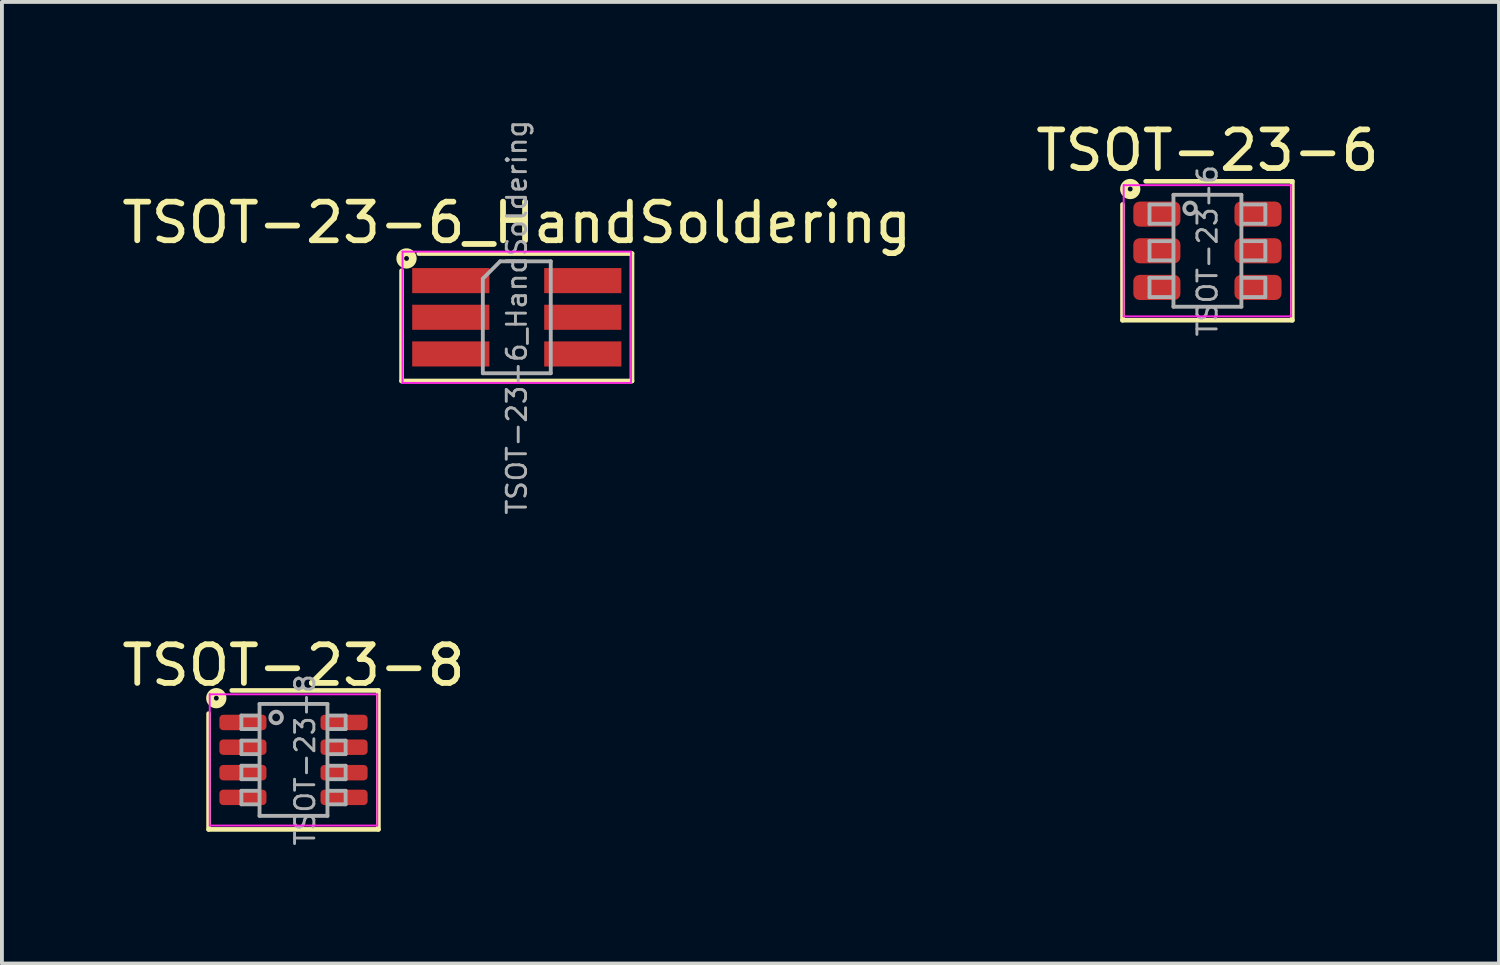
<source format=kicad_pcb>
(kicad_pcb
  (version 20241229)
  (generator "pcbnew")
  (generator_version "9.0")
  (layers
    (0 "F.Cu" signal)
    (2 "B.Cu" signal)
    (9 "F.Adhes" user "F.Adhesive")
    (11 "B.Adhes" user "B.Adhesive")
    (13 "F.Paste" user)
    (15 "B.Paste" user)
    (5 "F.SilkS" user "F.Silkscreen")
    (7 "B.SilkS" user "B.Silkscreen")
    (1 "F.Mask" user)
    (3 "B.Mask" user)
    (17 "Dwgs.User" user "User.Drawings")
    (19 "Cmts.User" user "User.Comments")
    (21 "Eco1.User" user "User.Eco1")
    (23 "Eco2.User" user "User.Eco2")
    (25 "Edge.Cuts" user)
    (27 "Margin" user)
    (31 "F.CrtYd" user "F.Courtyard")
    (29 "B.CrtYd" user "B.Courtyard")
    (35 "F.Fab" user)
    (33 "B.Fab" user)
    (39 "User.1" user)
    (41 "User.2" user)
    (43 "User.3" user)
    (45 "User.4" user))
  (footprint "TSOT-23-6"
    (layer "F.Cu")
    (at 28.232 3.447)
    (property "Reference" "TSOT-23-6" (at 0 -2.599 0) (layer "F.SilkS") (effects (font (size 1 1) (thickness 0.15))))
    (attr smd)
    (fp_line (start -2.2 -1.2) (end -2.2 1.8) (stroke (width 0.12) (type solid)) (layer "F.SilkS"))
    (fp_line (start -2.2 1.8) (end 2.2 1.8) (stroke (width 0.12) (type solid)) (layer "F.SilkS"))
    (fp_line (start 2.2 -1.8) (end -1.6 -1.8) (stroke (width 0.12) (type solid)) (layer "F.SilkS"))
    (fp_line (start 2.2 1.8) (end 2.2 -1.8) (stroke (width 0.12) (type solid)) (layer "F.SilkS"))
    (fp_circle (center -2 -1.6) (end -1.937 -1.6) (stroke (width 0.2) (type solid)) (fill no) (layer "F.SilkS"))
    (fp_line (start -2.17 -1.7) (end -2.17 1.7) (stroke (width 0.05) (type solid)) (layer "F.CrtYd"))
    (fp_line (start -2.17 -1.7) (end 2.17 -1.7) (stroke (width 0.05) (type solid)) (layer "F.CrtYd"))
    (fp_line (start 2.17 1.7) (end -2.17 1.7) (stroke (width 0.05) (type solid)) (layer "F.CrtYd"))
    (fp_line (start 2.17 1.7) (end 2.17 -1.7) (stroke (width 0.05) (type solid)) (layer "F.CrtYd"))
    (fp_line (start -1.5 -1.2) (end -1.5 -0.7) (stroke (width 0.1) (type solid)) (layer "F.Fab"))
    (fp_line (start -1.5 -0.7) (end -0.9 -0.7) (stroke (width 0.1) (type solid)) (layer "F.Fab"))
    (fp_line (start -1.5 -0.25) (end -1.5 0.25) (stroke (width 0.1) (type solid)) (layer "F.Fab"))
    (fp_line (start -1.5 0.25) (end -0.9 0.25) (stroke (width 0.1) (type solid)) (layer "F.Fab"))
    (fp_line (start -1.5 0.7) (end -1.5 1.2) (stroke (width 0.1) (type solid)) (layer "F.Fab"))
    (fp_line (start -1.5 1.2) (end -0.9 1.2) (stroke (width 0.1) (type solid)) (layer "F.Fab"))
    (fp_line (start -0.9 -1.2) (end -1.5 -1.2) (stroke (width 0.1) (type solid)) (layer "F.Fab"))
    (fp_line (start -0.9 -0.25) (end -1.5 -0.25) (stroke (width 0.1) (type solid)) (layer "F.Fab"))
    (fp_line (start -0.9 0.7) (end -1.5 0.7) (stroke (width 0.1) (type solid)) (layer "F.Fab"))
    (fp_line (start -0.88 -1.45) (end -0.88 1.45) (stroke (width 0.1) (type solid)) (layer "F.Fab"))
    (fp_line (start 0.88 -1.45) (end -0.88 -1.45) (stroke (width 0.1) (type solid)) (layer "F.Fab"))
    (fp_line (start 0.88 -1.45) (end 0.88 1.45) (stroke (width 0.1) (type solid)) (layer "F.Fab"))
    (fp_line (start 0.88 1.45) (end -0.88 1.45) (stroke (width 0.1) (type solid)) (layer "F.Fab"))
    (fp_line (start 0.9 -0.7) (end 1.5 -0.7) (stroke (width 0.1) (type solid)) (layer "F.Fab"))
    (fp_line (start 0.9 0.25) (end 1.5 0.25) (stroke (width 0.1) (type solid)) (layer "F.Fab"))
    (fp_line (start 0.9 1.2) (end 1.5 1.2) (stroke (width 0.1) (type solid)) (layer "F.Fab"))
    (fp_line (start 1.5 -1.2) (end 0.9 -1.2) (stroke (width 0.1) (type solid)) (layer "F.Fab"))
    (fp_line (start 1.5 -0.7) (end 1.5 -1.2) (stroke (width 0.1) (type solid)) (layer "F.Fab"))
    (fp_line (start 1.5 -0.25) (end 0.9 -0.25) (stroke (width 0.1) (type solid)) (layer "F.Fab"))
    (fp_line (start 1.5 0.25) (end 1.5 -0.25) (stroke (width 0.1) (type solid)) (layer "F.Fab"))
    (fp_line (start 1.5 0.7) (end 0.9 0.7) (stroke (width 0.1) (type solid)) (layer "F.Fab"))
    (fp_line (start 1.5 1.2) (end 1.5 0.7) (stroke (width 0.1) (type solid)) (layer "F.Fab"))
    (fp_circle (center -0.45 -1.1) (end -0.3 -1.1) (stroke (width 0.1) (type solid)) (fill no) (layer "F.Fab"))
    (fp_text user "${REFERENCE}" (at 0 0 90) (layer "F.Fab") (effects (font (size 0.5 0.5) (thickness 0.075))))
    (pad "1" smd roundrect (at -1.31 -0.95) (size 1.22 0.65) (layers "F.Cu" "F.Mask" "F.Paste") (roundrect_rratio 0.25))
    (pad "2" smd roundrect (at -1.31 0) (size 1.22 0.65) (layers "F.Cu" "F.Mask" "F.Paste") (roundrect_rratio 0.25))
    (pad "3" smd roundrect (at -1.31 0.95) (size 1.22 0.65) (layers "F.Cu" "F.Mask" "F.Paste") (roundrect_rratio 0.25))
    (pad "4" smd roundrect (at 1.31 0.95) (size 1.22 0.65) (layers "F.Cu" "F.Mask" "F.Paste") (roundrect_rratio 0.25))
    (pad "5" smd roundrect (at 1.31 0) (size 1.22 0.65) (layers "F.Cu" "F.Mask" "F.Paste") (roundrect_rratio 0.25))
    (pad "6" smd roundrect (at 1.31 -0.95) (size 1.22 0.65) (layers "F.Cu" "F.Mask" "F.Paste") (roundrect_rratio 0.25)))
  (footprint "TSOT-23-6_HandSoldering"
    (layer "F.Cu")
    (at 10.339 5.17)
    (property "Reference" "TSOT-23-6_HandSoldering" (at 0 -2.45 0) (layer "F.SilkS") (effects (font (size 1 1) (thickness 0.15))))
    (attr smd)
    (fp_line (start -2.985 -1.206) (end -2.985 1.651) (stroke (width 0.12) (type solid)) (layer "F.SilkS"))
    (fp_line (start -2.985 1.651) (end 2.985 1.651) (stroke (width 0.12) (type solid)) (layer "F.SilkS"))
    (fp_line (start 2.985 -1.651) (end -2.54 -1.651) (stroke (width 0.12) (type solid)) (layer "F.SilkS"))
    (fp_line (start 2.985 1.651) (end 2.985 -1.651) (stroke (width 0.12) (type solid)) (layer "F.SilkS"))
    (fp_circle (center -2.857 -1.524) (end -2.794 -1.524) (stroke (width 0.2) (type solid)) (fill no) (layer "F.SilkS"))
    (fp_line (start -2.96 -1.7) (end -2.96 1.7) (stroke (width 0.05) (type solid)) (layer "F.CrtYd"))
    (fp_line (start -2.96 -1.7) (end 2.96 -1.7) (stroke (width 0.05) (type solid)) (layer "F.CrtYd"))
    (fp_line (start 2.96 1.7) (end -2.96 1.7) (stroke (width 0.05) (type solid)) (layer "F.CrtYd"))
    (fp_line (start 2.96 1.7) (end 2.96 -1.7) (stroke (width 0.05) (type solid)) (layer "F.CrtYd"))
    (fp_line (start -0.88 -1) (end -0.88 1.45) (stroke (width 0.1) (type solid)) (layer "F.Fab"))
    (fp_line (start -0.88 -1) (end -0.43 -1.45) (stroke (width 0.1) (type solid)) (layer "F.Fab"))
    (fp_line (start 0.88 -1.45) (end -0.43 -1.45) (stroke (width 0.1) (type solid)) (layer "F.Fab"))
    (fp_line (start 0.88 -1.45) (end 0.88 1.45) (stroke (width 0.1) (type solid)) (layer "F.Fab"))
    (fp_line (start 0.88 1.45) (end -0.88 1.45) (stroke (width 0.1) (type solid)) (layer "F.Fab"))
    (fp_text user "${REFERENCE}" (at 0 0 90) (layer "F.Fab") (effects (font (size 0.5 0.5) (thickness 0.075))))
    (pad "1" smd rect (at -1.71 -0.95) (size 2 0.65) (layers "F.Cu" "F.Mask" "F.Paste"))
    (pad "2" smd rect (at -1.71 0) (size 2 0.65) (layers "F.Cu" "F.Mask" "F.Paste"))
    (pad "3" smd rect (at -1.71 0.95) (size 2 0.65) (layers "F.Cu" "F.Mask" "F.Paste"))
    (pad "4" smd rect (at 1.71 0.95) (size 2 0.65) (layers "F.Cu" "F.Mask" "F.Paste"))
    (pad "5" smd rect (at 1.71 0) (size 2 0.65) (layers "F.Cu" "F.Mask" "F.Paste"))
    (pad "6" smd rect (at 1.71 -0.95) (size 2 0.65) (layers "F.Cu" "F.Mask" "F.Paste")))
  (footprint "TSOT-23-8"
    (layer "F.Cu")
    (at 4.554 16.638)
    (property "Reference" "TSOT-23-8" (at 0 -2.45 0) (layer "F.SilkS") (effects (font (size 1 1) (thickness 0.15))))
    (attr smd)
    (fp_line (start -2.2 -1.2) (end -2.2 1.8) (stroke (width 0.12) (type solid)) (layer "F.SilkS"))
    (fp_line (start -2.2 1.8) (end 2.2 1.8) (stroke (width 0.12) (type solid)) (layer "F.SilkS"))
    (fp_line (start 2.2 -1.8) (end -1.6 -1.8) (stroke (width 0.12) (type solid)) (layer "F.SilkS"))
    (fp_line (start 2.2 1.8) (end 2.2 -1.8) (stroke (width 0.12) (type solid)) (layer "F.SilkS"))
    (fp_circle (center -2 -1.6) (end -1.937 -1.6) (stroke (width 0.2) (type solid)) (fill no) (layer "F.SilkS"))
    (fp_line (start -2.17 -1.7) (end -2.17 1.7) (stroke (width 0.05) (type solid)) (layer "F.CrtYd"))
    (fp_line (start -2.17 -1.7) (end 2.17 -1.7) (stroke (width 0.05) (type solid)) (layer "F.CrtYd"))
    (fp_line (start 2.17 1.7) (end -2.17 1.7) (stroke (width 0.05) (type solid)) (layer "F.CrtYd"))
    (fp_line (start 2.17 1.7) (end 2.17 -1.7) (stroke (width 0.05) (type solid)) (layer "F.CrtYd"))
    (fp_line (start -1.35 -1.15) (end -1.35 -0.8) (stroke (width 0.1) (type solid)) (layer "F.Fab"))
    (fp_line (start -1.35 -0.8) (end -0.9 -0.8) (stroke (width 0.1) (type solid)) (layer "F.Fab"))
    (fp_line (start -1.35 -0.5) (end -1.35 -0.15) (stroke (width 0.1) (type solid)) (layer "F.Fab"))
    (fp_line (start -1.35 -0.15) (end -0.9 -0.15) (stroke (width 0.1) (type solid)) (layer "F.Fab"))
    (fp_line (start -1.35 0.15) (end -1.35 0.5) (stroke (width 0.1) (type solid)) (layer "F.Fab"))
    (fp_line (start -1.35 0.5) (end -0.9 0.5) (stroke (width 0.1) (type solid)) (layer "F.Fab"))
    (fp_line (start -1.35 0.8) (end -1.35 1.15) (stroke (width 0.1) (type solid)) (layer "F.Fab"))
    (fp_line (start -1.35 1.15) (end -0.9 1.15) (stroke (width 0.1) (type solid)) (layer "F.Fab"))
    (fp_line (start -0.9 -1.15) (end -1.35 -1.15) (stroke (width 0.1) (type solid)) (layer "F.Fab"))
    (fp_line (start -0.9 -0.5) (end -1.35 -0.5) (stroke (width 0.1) (type solid)) (layer "F.Fab"))
    (fp_line (start -0.9 0.15) (end -1.35 0.15) (stroke (width 0.1) (type solid)) (layer "F.Fab"))
    (fp_line (start -0.9 0.8) (end -1.35 0.8) (stroke (width 0.1) (type solid)) (layer "F.Fab"))
    (fp_line (start -0.88 -1.45) (end -0.88 1.45) (stroke (width 0.1) (type solid)) (layer "F.Fab"))
    (fp_line (start 0.88 -1.45) (end -0.88 -1.45) (stroke (width 0.1) (type solid)) (layer "F.Fab"))
    (fp_line (start 0.88 -1.45) (end 0.88 1.45) (stroke (width 0.1) (type solid)) (layer "F.Fab"))
    (fp_line (start 0.88 1.45) (end -0.88 1.45) (stroke (width 0.1) (type solid)) (layer "F.Fab"))
    (fp_line (start 0.9 -0.8) (end 1.35 -0.8) (stroke (width 0.1) (type solid)) (layer "F.Fab"))
    (fp_line (start 0.9 -0.15) (end 1.35 -0.15) (stroke (width 0.1) (type solid)) (layer "F.Fab"))
    (fp_line (start 0.9 0.5) (end 1.35 0.5) (stroke (width 0.1) (type solid)) (layer "F.Fab"))
    (fp_line (start 0.9 1.15) (end 1.35 1.15) (stroke (width 0.1) (type solid)) (layer "F.Fab"))
    (fp_line (start 1.35 -1.15) (end 0.9 -1.15) (stroke (width 0.1) (type solid)) (layer "F.Fab"))
    (fp_line (start 1.35 -0.8) (end 1.35 -1.15) (stroke (width 0.1) (type solid)) (layer "F.Fab"))
    (fp_line (start 1.35 -0.5) (end 0.9 -0.5) (stroke (width 0.1) (type solid)) (layer "F.Fab"))
    (fp_line (start 1.35 -0.15) (end 1.35 -0.5) (stroke (width 0.1) (type solid)) (layer "F.Fab"))
    (fp_line (start 1.35 0.15) (end 0.9 0.15) (stroke (width 0.1) (type solid)) (layer "F.Fab"))
    (fp_line (start 1.35 0.5) (end 1.35 0.15) (stroke (width 0.1) (type solid)) (layer "F.Fab"))
    (fp_line (start 1.35 0.8) (end 0.9 0.8) (stroke (width 0.1) (type solid)) (layer "F.Fab"))
    (fp_line (start 1.35 1.15) (end 1.35 0.8) (stroke (width 0.1) (type solid)) (layer "F.Fab"))
    (fp_circle (center -0.45 -1.1) (end -0.3 -1.1) (stroke (width 0.1) (type solid)) (fill no) (layer "F.Fab"))
    (fp_text user "${REFERENCE}" (at 0.3 0 90) (layer "F.Fab") (effects (font (size 0.5 0.5) (thickness 0.075))))
    (pad "1" smd roundrect (at -1.31 -0.97) (size 1.22 0.4) (layers "F.Cu" "F.Mask" "F.Paste") (roundrect_rratio 0.25))
    (pad "2" smd roundrect (at -1.31 -0.33) (size 1.22 0.4) (layers "F.Cu" "F.Mask" "F.Paste") (roundrect_rratio 0.25))
    (pad "3" smd roundrect (at -1.31 0.33) (size 1.22 0.4) (layers "F.Cu" "F.Mask" "F.Paste") (roundrect_rratio 0.25))
    (pad "4" smd roundrect (at -1.31 0.97) (size 1.22 0.4) (layers "F.Cu" "F.Mask" "F.Paste") (roundrect_rratio 0.25))
    (pad "5" smd roundrect (at 1.31 0.97) (size 1.22 0.4) (layers "F.Cu" "F.Mask" "F.Paste") (roundrect_rratio 0.25))
    (pad "6" smd roundrect (at 1.31 0.33) (size 1.22 0.4) (layers "F.Cu" "F.Mask" "F.Paste") (roundrect_rratio 0.25))
    (pad "7" smd roundrect (at 1.31 -0.33) (size 1.22 0.4) (layers "F.Cu" "F.Mask" "F.Paste") (roundrect_rratio 0.25))
    (pad "8" smd roundrect (at 1.31 -0.97) (size 1.22 0.4) (layers "F.Cu" "F.Mask" "F.Paste") (roundrect_rratio 0.25)))
  (gr_rect
    (start -3 -3)
    (end 35.786 21.914)
    (stroke (width 0.1) (type default))
    (fill no)
    (layer "Edge.Cuts")))
</source>
